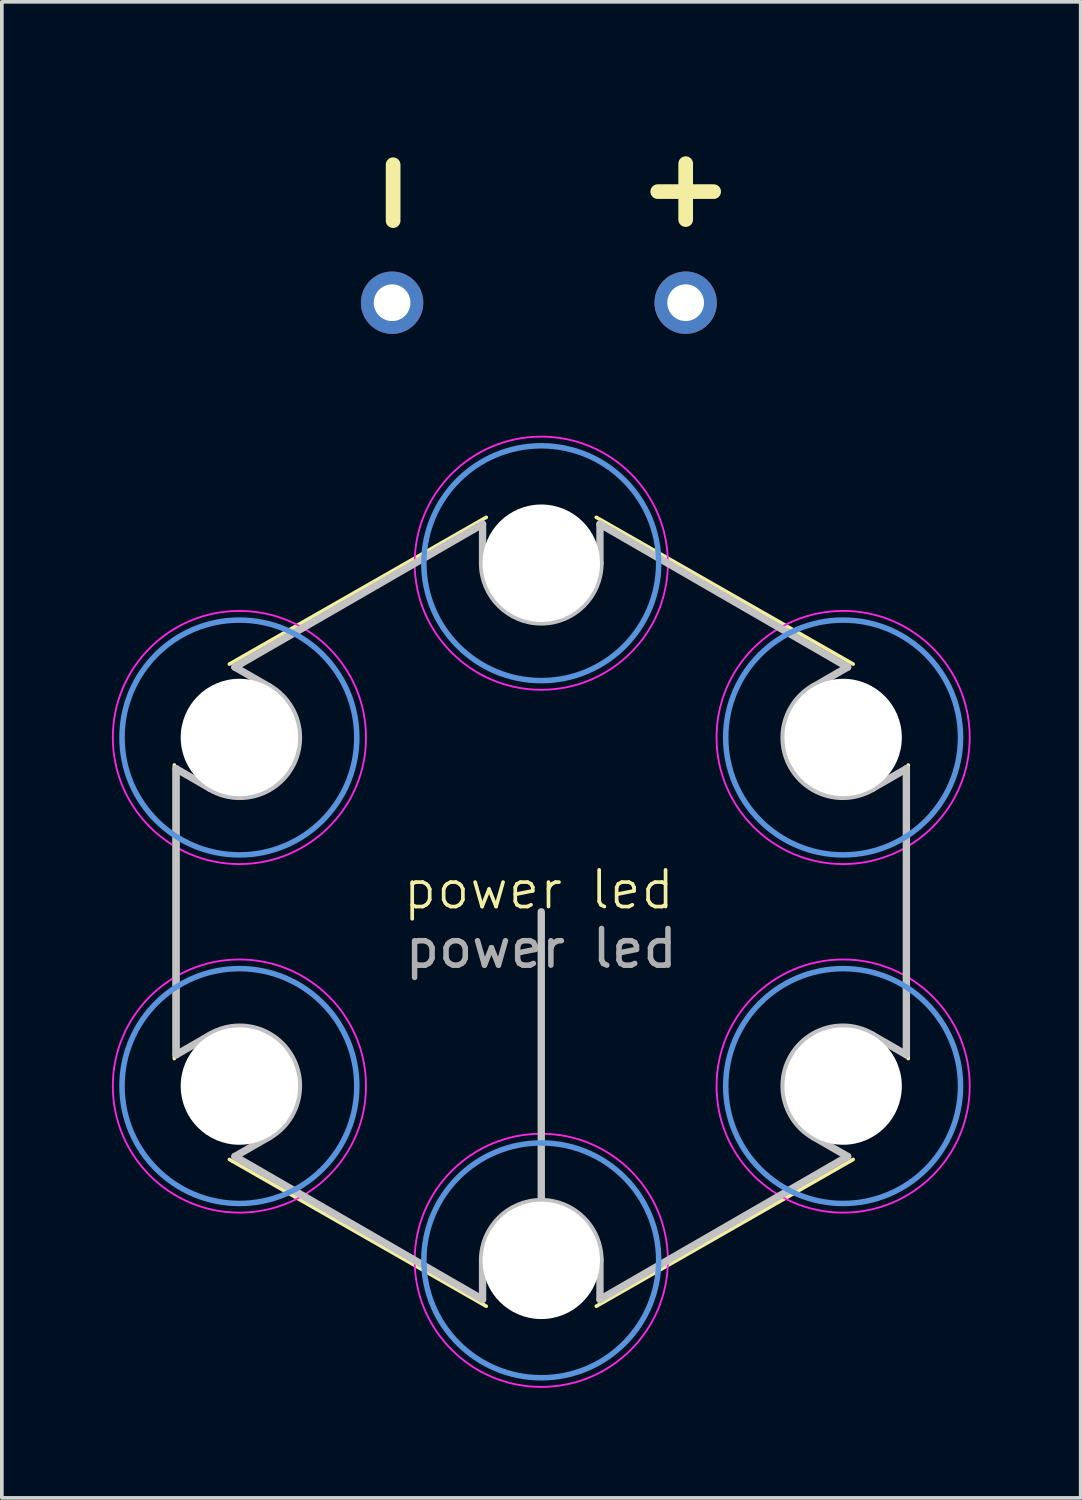
<source format=kicad_pcb>
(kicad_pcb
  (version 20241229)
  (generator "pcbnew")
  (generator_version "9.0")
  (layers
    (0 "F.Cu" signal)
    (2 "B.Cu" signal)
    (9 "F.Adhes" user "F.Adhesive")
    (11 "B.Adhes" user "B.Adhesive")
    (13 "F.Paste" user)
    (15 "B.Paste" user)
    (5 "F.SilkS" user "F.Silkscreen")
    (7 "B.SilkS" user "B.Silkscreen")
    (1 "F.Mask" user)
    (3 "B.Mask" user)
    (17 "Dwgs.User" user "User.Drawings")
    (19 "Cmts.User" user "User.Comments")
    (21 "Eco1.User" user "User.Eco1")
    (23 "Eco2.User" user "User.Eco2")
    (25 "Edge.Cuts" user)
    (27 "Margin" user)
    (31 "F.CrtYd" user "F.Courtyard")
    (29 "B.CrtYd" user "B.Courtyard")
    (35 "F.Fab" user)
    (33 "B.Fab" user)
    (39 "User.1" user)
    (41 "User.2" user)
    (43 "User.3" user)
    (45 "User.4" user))
  (footprint "power led"
    (layer "F.Cu")
    (at 11.637 21.7)
    (property "Reference" "power led" (at 0 -0.5 0) (unlocked yes) (layer "F.SilkS") (effects (font (size 1 1) (thickness 0.1))))
    (attr through_hole)
    (fp_line (start -9.935 4.1) (end -9.935 -3.9) (stroke (width 0.1) (type default)) (layer "F.SilkS"))
    (fp_line (start -8.435 -6.65) (end -1.435 -10.65) (stroke (width 0.1) (type default)) (layer "F.SilkS"))
    (fp_line (start -1.435 10.85) (end -8.435 6.85) (stroke (width 0.1) (type default)) (layer "F.SilkS"))
    (fp_line (start 1.565 -10.65) (end 8.565 -6.65) (stroke (width 0.1) (type default)) (layer "F.SilkS"))
    (fp_line (start 8.565 6.85) (end 1.565 10.85) (stroke (width 0.1) (type default)) (layer "F.SilkS"))
    (fp_line (start 10.065 -3.9) (end 10.065 4.1) (stroke (width 0.1) (type default)) (layer "F.SilkS"))
    (fp_line (start -9.885 -3.797) (end -8.962 -3.264) (stroke (width 0.2) (type default)) (layer "Dwgs.User"))
    (fp_line (start -9.885 3.997) (end -9.885 -3.797) (stroke (width 0.2) (type default)) (layer "Dwgs.User"))
    (fp_line (start -8.962 3.464) (end -9.885 3.997) (stroke (width 0.2) (type default)) (layer "Dwgs.User"))
    (fp_line (start -8.285 6.768) (end -7.362 6.236) (stroke (width 0.2) (type default)) (layer "Dwgs.User"))
    (fp_line (start -8.285 -6.568) (end -1.535 -10.465) (stroke (width 0.2) (type default)) (layer "Dwgs.User"))
    (fp_line (start -7.362 -6.036) (end -8.285 -6.568) (stroke (width 0.2) (type default)) (layer "Dwgs.User"))
    (fp_line (start -1.535 -10.465) (end -1.535 -9.4) (stroke (width 0.2) (type default)) (layer "Dwgs.User"))
    (fp_line (start -1.535 9.6) (end -1.535 10.665) (stroke (width 0.2) (type default)) (layer "Dwgs.User"))
    (fp_line (start -1.535 10.665) (end -8.285 6.768) (stroke (width 0.2) (type default)) (layer "Dwgs.User"))
    (fp_line (start 0.065 0.1) (end 0.065 9.6) (stroke (width 0.2) (type default)) (layer "Dwgs.User"))
    (fp_line (start 0.065 0.11) (end 0.065 0.1) (stroke (width 0.0001) (type default)) (layer "Dwgs.User"))
    (fp_line (start 1.665 -10.465) (end 8.415 -6.568) (stroke (width 0.2) (type default)) (layer "Dwgs.User"))
    (fp_line (start 1.665 -9.4) (end 1.665 -10.465) (stroke (width 0.2) (type default)) (layer "Dwgs.User"))
    (fp_line (start 1.665 10.665) (end 1.665 9.6) (stroke (width 0.2) (type default)) (layer "Dwgs.User"))
    (fp_line (start 7.492 6.236) (end 8.415 6.768) (stroke (width 0.2) (type default)) (layer "Dwgs.User"))
    (fp_line (start 8.415 6.768) (end 1.665 10.665) (stroke (width 0.2) (type default)) (layer "Dwgs.User"))
    (fp_line (start 8.415 -6.568) (end 7.492 -6.036) (stroke (width 0.2) (type default)) (layer "Dwgs.User"))
    (fp_line (start 9.092 -3.264) (end 10.015 -3.797) (stroke (width 0.2) (type default)) (layer "Dwgs.User"))
    (fp_line (start 10.015 -3.797) (end 10.015 3.997) (stroke (width 0.2) (type default)) (layer "Dwgs.User"))
    (fp_line (start 10.015 3.997) (end 9.092 3.464) (stroke (width 0.2) (type default)) (layer "Dwgs.User"))
    (fp_arc (start -8.96224 3.464359) (mid -6.776599 4.05) (end -7.362241 6.235641) (stroke (width 0.2) (type default)) (layer "Dwgs.User"))
    (fp_arc (start -7.362242 -6.035641) (mid -6.776601 -3.849999) (end -8.962243 -3.26436) (stroke (width 0.2) (type default)) (layer "Dwgs.User"))
    (fp_arc (start -1.535 9.6) (mid 0.065 8) (end 1.665 9.6) (stroke (width 0.2) (type default)) (layer "Dwgs.User"))
    (fp_arc (start 1.665 -9.4) (mid 0.065 -7.8) (end -1.535 -9.4) (stroke (width 0.2) (type default)) (layer "Dwgs.User"))
    (fp_arc (start 7.49224 6.23564) (mid 6.9066 4.049999) (end 9.092242 3.464359) (stroke (width 0.2) (type default)) (layer "Dwgs.User"))
    (fp_arc (start 9.092242 -3.26436) (mid 6.906601 -3.850001) (end 7.492242 -6.035642) (stroke (width 0.2) (type default)) (layer "Dwgs.User"))
    (fp_circle (center 0.065 0.1) (end 0.065 0.11) (stroke (width 0.0001) (type default)) (fill no) (layer "Dwgs.User"))
    (fp_circle (center -8.162 -4.65) (end -8.162 -1.45) (stroke (width 0.15) (type solid)) (fill no) (layer "Cmts.User"))
    (fp_circle (center -8.162 4.85) (end -8.162 8.05) (stroke (width 0.15) (type solid)) (fill no) (layer "Cmts.User"))
    (fp_circle (center 0.065 -9.4) (end 0.065 -6.2) (stroke (width 0.15) (type solid)) (fill no) (layer "Cmts.User"))
    (fp_circle (center 0.065 9.6) (end 0.065 12.8) (stroke (width 0.15) (type solid)) (fill no) (layer "Cmts.User"))
    (fp_circle (center 8.292 -4.65) (end 8.292 -1.45) (stroke (width 0.15) (type solid)) (fill no) (layer "Cmts.User"))
    (fp_circle (center 8.292 4.85) (end 8.292 8.05) (stroke (width 0.15) (type solid)) (fill no) (layer "Cmts.User"))
    (fp_circle (center -8.162 -4.65) (end -8.162 -1.2) (stroke (width 0.05) (type solid)) (fill no) (layer "F.CrtYd"))
    (fp_circle (center -8.162 4.85) (end -8.162 8.3) (stroke (width 0.05) (type solid)) (fill no) (layer "F.CrtYd"))
    (fp_circle (center 0.065 -9.4) (end 0.065 -5.95) (stroke (width 0.05) (type solid)) (fill no) (layer "F.CrtYd"))
    (fp_circle (center 0.065 9.6) (end 0.065 13.05) (stroke (width 0.05) (type solid)) (fill no) (layer "F.CrtYd"))
    (fp_circle (center 8.292 -4.65) (end 8.292 -1.2) (stroke (width 0.05) (type solid)) (fill no) (layer "F.CrtYd"))
    (fp_circle (center 8.292 4.85) (end 8.292 8.3) (stroke (width 0.05) (type solid)) (fill no) (layer "F.CrtYd"))
    (fp_text user "-" (at -5 -21 270) (unlocked yes) (layer "F.SilkS") (effects (font (size 2 2) (thickness 0.4) (bold yes)) (justify left bottom)))
    (fp_text user "+" (at 2.5 -18.5 0) (unlocked yes) (layer "F.SilkS") (effects (font (size 2 2) (thickness 0.4) (bold yes)) (justify left bottom)))
    (fp_text user "${REFERENCE}" (at 0.065 1.1 0) (unlocked yes) (layer "F.Fab") (effects (font (size 1 1) (thickness 0.15))))
    (pad "" np_thru_hole circle (at -8.162 -4.65 270) (size 3.2 3.2) (drill 3.2) (layers "*.Cu" "*.Mask"))
    (pad "" np_thru_hole circle (at -8.162 4.85 270) (size 3.2 3.2) (drill 3.2) (layers "*.Cu" "*.Mask"))
    (pad "" np_thru_hole circle (at 0.065 -9.4 270) (size 3.2 3.2) (drill 3.2) (layers "*.Cu" "*.Mask"))
    (pad "" np_thru_hole circle (at 0.065 9.6 270) (size 3.2 3.2) (drill 3.2) (layers "*.Cu" "*.Mask"))
    (pad "" np_thru_hole circle (at 8.292 -4.65 270) (size 3.2 3.2) (drill 3.2) (layers "*.Cu" "*.Mask"))
    (pad "" np_thru_hole circle (at 8.292 4.85 270) (size 3.2 3.2) (drill 3.2) (layers "*.Cu" "*.Mask"))
    (pad "1" thru_hole circle (at -4 -16.5) (size 1.7 1.7) (drill 1) (layers "*.Cu" "*.Mask"))
    (pad "2" thru_hole circle (at 4 -16.5) (size 1.7 1.7) (drill 1) (layers "*.Cu" "*.Mask")))
  (gr_rect
    (start -3 -3)
    (end 26.404 37.775)
    (stroke (width 0.1) (type default))
    (fill no)
    (layer "Edge.Cuts")))
</source>
